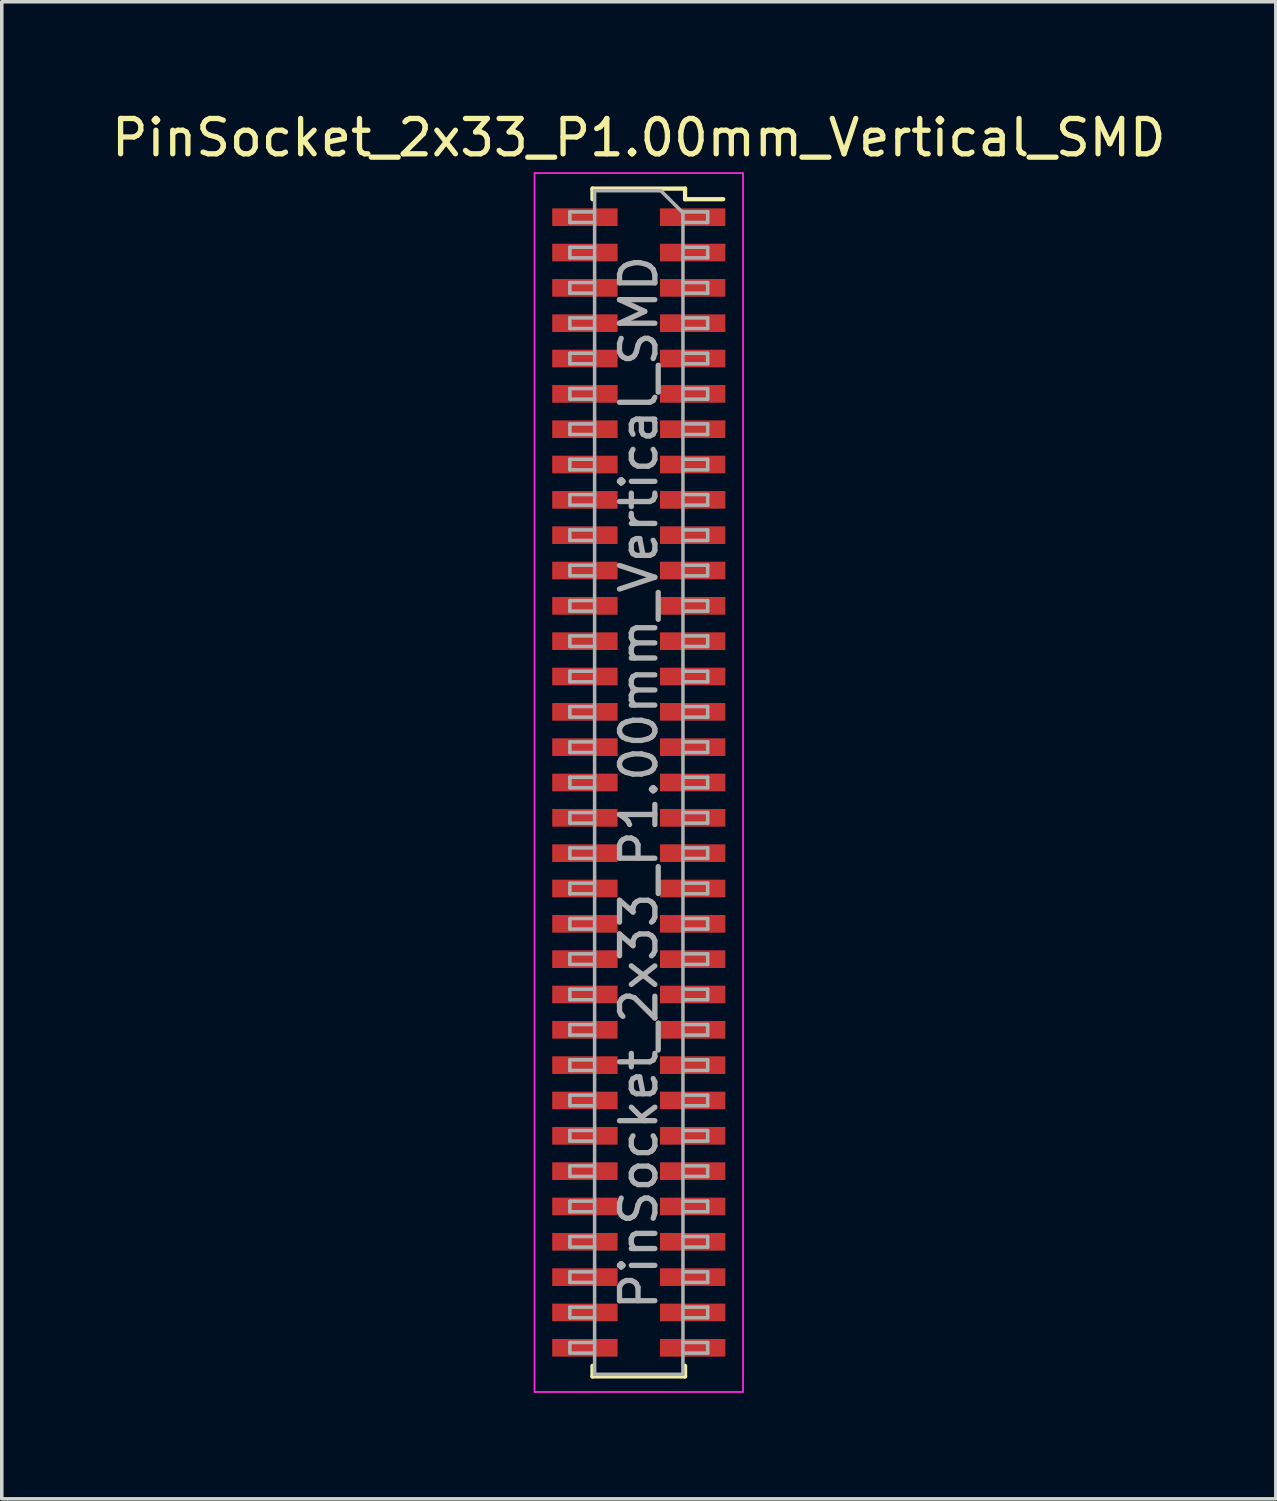
<source format=kicad_pcb>
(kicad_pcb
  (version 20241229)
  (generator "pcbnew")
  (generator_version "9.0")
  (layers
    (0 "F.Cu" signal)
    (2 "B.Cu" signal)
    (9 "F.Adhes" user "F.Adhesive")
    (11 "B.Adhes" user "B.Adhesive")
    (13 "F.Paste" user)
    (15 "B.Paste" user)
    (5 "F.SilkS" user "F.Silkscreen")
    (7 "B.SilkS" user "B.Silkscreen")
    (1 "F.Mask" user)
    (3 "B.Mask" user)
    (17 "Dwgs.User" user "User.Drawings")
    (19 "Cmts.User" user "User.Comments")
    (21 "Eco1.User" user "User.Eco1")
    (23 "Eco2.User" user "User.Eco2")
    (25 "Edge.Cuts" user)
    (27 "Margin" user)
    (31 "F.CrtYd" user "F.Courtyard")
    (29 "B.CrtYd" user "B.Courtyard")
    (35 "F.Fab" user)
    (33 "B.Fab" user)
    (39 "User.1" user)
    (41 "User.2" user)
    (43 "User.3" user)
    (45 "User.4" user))
  (footprint "PinSocket_2x33_P1.00mm_Vertical_SMD"
    (layer "F.Cu")
    (at 15.03 19.098)
    (property "Reference" "PinSocket_2x33_P1.00mm_Vertical_SMD" (at 0 -18.25 0) (layer "F.SilkS") (effects (font (size 1 1) (thickness 0.15))))
    (attr smd)
    (fp_line (start -1.31 -16.81) (end -1.31 -16.51) (stroke (width 0.12) (type solid)) (layer "F.SilkS"))
    (fp_line (start -1.31 -16.81) (end 1.31 -16.81) (stroke (width 0.12) (type solid)) (layer "F.SilkS"))
    (fp_line (start -1.31 16.51) (end -1.31 16.81) (stroke (width 0.12) (type solid)) (layer "F.SilkS"))
    (fp_line (start -1.31 16.81) (end 1.31 16.81) (stroke (width 0.12) (type solid)) (layer "F.SilkS"))
    (fp_line (start 1.31 -16.81) (end 1.31 -16.51) (stroke (width 0.12) (type solid)) (layer "F.SilkS"))
    (fp_line (start 1.31 -16.51) (end 2.39 -16.51) (stroke (width 0.12) (type solid)) (layer "F.SilkS"))
    (fp_line (start 1.31 16.51) (end 1.31 16.81) (stroke (width 0.12) (type solid)) (layer "F.SilkS"))
    (fp_line (start -2.95 -17.25) (end 2.95 -17.25) (stroke (width 0.05) (type solid)) (layer "F.CrtYd"))
    (fp_line (start -2.95 17.25) (end -2.95 -17.25) (stroke (width 0.05) (type solid)) (layer "F.CrtYd"))
    (fp_line (start 2.95 -17.25) (end 2.95 17.25) (stroke (width 0.05) (type solid)) (layer "F.CrtYd"))
    (fp_line (start 2.95 17.25) (end -2.95 17.25) (stroke (width 0.05) (type solid)) (layer "F.CrtYd"))
    (fp_line (start -1.95 -16.15) (end -1.25 -16.15) (stroke (width 0.1) (type solid)) (layer "F.Fab"))
    (fp_line (start -1.95 -15.85) (end -1.95 -16.15) (stroke (width 0.1) (type solid)) (layer "F.Fab"))
    (fp_line (start -1.95 -15.15) (end -1.25 -15.15) (stroke (width 0.1) (type solid)) (layer "F.Fab"))
    (fp_line (start -1.95 -14.85) (end -1.95 -15.15) (stroke (width 0.1) (type solid)) (layer "F.Fab"))
    (fp_line (start -1.95 -14.15) (end -1.25 -14.15) (stroke (width 0.1) (type solid)) (layer "F.Fab"))
    (fp_line (start -1.95 -13.85) (end -1.95 -14.15) (stroke (width 0.1) (type solid)) (layer "F.Fab"))
    (fp_line (start -1.95 -13.15) (end -1.25 -13.15) (stroke (width 0.1) (type solid)) (layer "F.Fab"))
    (fp_line (start -1.95 -12.85) (end -1.95 -13.15) (stroke (width 0.1) (type solid)) (layer "F.Fab"))
    (fp_line (start -1.95 -12.15) (end -1.25 -12.15) (stroke (width 0.1) (type solid)) (layer "F.Fab"))
    (fp_line (start -1.95 -11.85) (end -1.95 -12.15) (stroke (width 0.1) (type solid)) (layer "F.Fab"))
    (fp_line (start -1.95 -11.15) (end -1.25 -11.15) (stroke (width 0.1) (type solid)) (layer "F.Fab"))
    (fp_line (start -1.95 -10.85) (end -1.95 -11.15) (stroke (width 0.1) (type solid)) (layer "F.Fab"))
    (fp_line (start -1.95 -10.15) (end -1.25 -10.15) (stroke (width 0.1) (type solid)) (layer "F.Fab"))
    (fp_line (start -1.95 -9.85) (end -1.95 -10.15) (stroke (width 0.1) (type solid)) (layer "F.Fab"))
    (fp_line (start -1.95 -9.15) (end -1.25 -9.15) (stroke (width 0.1) (type solid)) (layer "F.Fab"))
    (fp_line (start -1.95 -8.85) (end -1.95 -9.15) (stroke (width 0.1) (type solid)) (layer "F.Fab"))
    (fp_line (start -1.95 -8.15) (end -1.25 -8.15) (stroke (width 0.1) (type solid)) (layer "F.Fab"))
    (fp_line (start -1.95 -7.85) (end -1.95 -8.15) (stroke (width 0.1) (type solid)) (layer "F.Fab"))
    (fp_line (start -1.95 -7.15) (end -1.25 -7.15) (stroke (width 0.1) (type solid)) (layer "F.Fab"))
    (fp_line (start -1.95 -6.85) (end -1.95 -7.15) (stroke (width 0.1) (type solid)) (layer "F.Fab"))
    (fp_line (start -1.95 -6.15) (end -1.25 -6.15) (stroke (width 0.1) (type solid)) (layer "F.Fab"))
    (fp_line (start -1.95 -5.85) (end -1.95 -6.15) (stroke (width 0.1) (type solid)) (layer "F.Fab"))
    (fp_line (start -1.95 -5.15) (end -1.25 -5.15) (stroke (width 0.1) (type solid)) (layer "F.Fab"))
    (fp_line (start -1.95 -4.85) (end -1.95 -5.15) (stroke (width 0.1) (type solid)) (layer "F.Fab"))
    (fp_line (start -1.95 -4.15) (end -1.25 -4.15) (stroke (width 0.1) (type solid)) (layer "F.Fab"))
    (fp_line (start -1.95 -3.85) (end -1.95 -4.15) (stroke (width 0.1) (type solid)) (layer "F.Fab"))
    (fp_line (start -1.95 -3.15) (end -1.25 -3.15) (stroke (width 0.1) (type solid)) (layer "F.Fab"))
    (fp_line (start -1.95 -2.85) (end -1.95 -3.15) (stroke (width 0.1) (type solid)) (layer "F.Fab"))
    (fp_line (start -1.95 -2.15) (end -1.25 -2.15) (stroke (width 0.1) (type solid)) (layer "F.Fab"))
    (fp_line (start -1.95 -1.85) (end -1.95 -2.15) (stroke (width 0.1) (type solid)) (layer "F.Fab"))
    (fp_line (start -1.95 -1.15) (end -1.25 -1.15) (stroke (width 0.1) (type solid)) (layer "F.Fab"))
    (fp_line (start -1.95 -0.85) (end -1.95 -1.15) (stroke (width 0.1) (type solid)) (layer "F.Fab"))
    (fp_line (start -1.95 -0.15) (end -1.25 -0.15) (stroke (width 0.1) (type solid)) (layer "F.Fab"))
    (fp_line (start -1.95 0.15) (end -1.95 -0.15) (stroke (width 0.1) (type solid)) (layer "F.Fab"))
    (fp_line (start -1.95 0.85) (end -1.25 0.85) (stroke (width 0.1) (type solid)) (layer "F.Fab"))
    (fp_line (start -1.95 1.15) (end -1.95 0.85) (stroke (width 0.1) (type solid)) (layer "F.Fab"))
    (fp_line (start -1.95 1.85) (end -1.25 1.85) (stroke (width 0.1) (type solid)) (layer "F.Fab"))
    (fp_line (start -1.95 2.15) (end -1.95 1.85) (stroke (width 0.1) (type solid)) (layer "F.Fab"))
    (fp_line (start -1.95 2.85) (end -1.25 2.85) (stroke (width 0.1) (type solid)) (layer "F.Fab"))
    (fp_line (start -1.95 3.15) (end -1.95 2.85) (stroke (width 0.1) (type solid)) (layer "F.Fab"))
    (fp_line (start -1.95 3.85) (end -1.25 3.85) (stroke (width 0.1) (type solid)) (layer "F.Fab"))
    (fp_line (start -1.95 4.15) (end -1.95 3.85) (stroke (width 0.1) (type solid)) (layer "F.Fab"))
    (fp_line (start -1.95 4.85) (end -1.25 4.85) (stroke (width 0.1) (type solid)) (layer "F.Fab"))
    (fp_line (start -1.95 5.15) (end -1.95 4.85) (stroke (width 0.1) (type solid)) (layer "F.Fab"))
    (fp_line (start -1.95 5.85) (end -1.25 5.85) (stroke (width 0.1) (type solid)) (layer "F.Fab"))
    (fp_line (start -1.95 6.15) (end -1.95 5.85) (stroke (width 0.1) (type solid)) (layer "F.Fab"))
    (fp_line (start -1.95 6.85) (end -1.25 6.85) (stroke (width 0.1) (type solid)) (layer "F.Fab"))
    (fp_line (start -1.95 7.15) (end -1.95 6.85) (stroke (width 0.1) (type solid)) (layer "F.Fab"))
    (fp_line (start -1.95 7.85) (end -1.25 7.85) (stroke (width 0.1) (type solid)) (layer "F.Fab"))
    (fp_line (start -1.95 8.15) (end -1.95 7.85) (stroke (width 0.1) (type solid)) (layer "F.Fab"))
    (fp_line (start -1.95 8.85) (end -1.25 8.85) (stroke (width 0.1) (type solid)) (layer "F.Fab"))
    (fp_line (start -1.95 9.15) (end -1.95 8.85) (stroke (width 0.1) (type solid)) (layer "F.Fab"))
    (fp_line (start -1.95 9.85) (end -1.25 9.85) (stroke (width 0.1) (type solid)) (layer "F.Fab"))
    (fp_line (start -1.95 10.15) (end -1.95 9.85) (stroke (width 0.1) (type solid)) (layer "F.Fab"))
    (fp_line (start -1.95 10.85) (end -1.25 10.85) (stroke (width 0.1) (type solid)) (layer "F.Fab"))
    (fp_line (start -1.95 11.15) (end -1.95 10.85) (stroke (width 0.1) (type solid)) (layer "F.Fab"))
    (fp_line (start -1.95 11.85) (end -1.25 11.85) (stroke (width 0.1) (type solid)) (layer "F.Fab"))
    (fp_line (start -1.95 12.15) (end -1.95 11.85) (stroke (width 0.1) (type solid)) (layer "F.Fab"))
    (fp_line (start -1.95 12.85) (end -1.25 12.85) (stroke (width 0.1) (type solid)) (layer "F.Fab"))
    (fp_line (start -1.95 13.15) (end -1.95 12.85) (stroke (width 0.1) (type solid)) (layer "F.Fab"))
    (fp_line (start -1.95 13.85) (end -1.25 13.85) (stroke (width 0.1) (type solid)) (layer "F.Fab"))
    (fp_line (start -1.95 14.15) (end -1.95 13.85) (stroke (width 0.1) (type solid)) (layer "F.Fab"))
    (fp_line (start -1.95 14.85) (end -1.25 14.85) (stroke (width 0.1) (type solid)) (layer "F.Fab"))
    (fp_line (start -1.95 15.15) (end -1.95 14.85) (stroke (width 0.1) (type solid)) (layer "F.Fab"))
    (fp_line (start -1.95 15.85) (end -1.25 15.85) (stroke (width 0.1) (type solid)) (layer "F.Fab"))
    (fp_line (start -1.95 16.15) (end -1.95 15.85) (stroke (width 0.1) (type solid)) (layer "F.Fab"))
    (fp_line (start -1.25 -16.75) (end 0.625 -16.75) (stroke (width 0.1) (type solid)) (layer "F.Fab"))
    (fp_line (start -1.25 -15.85) (end -1.95 -15.85) (stroke (width 0.1) (type solid)) (layer "F.Fab"))
    (fp_line (start -1.25 -14.85) (end -1.95 -14.85) (stroke (width 0.1) (type solid)) (layer "F.Fab"))
    (fp_line (start -1.25 -13.85) (end -1.95 -13.85) (stroke (width 0.1) (type solid)) (layer "F.Fab"))
    (fp_line (start -1.25 -12.85) (end -1.95 -12.85) (stroke (width 0.1) (type solid)) (layer "F.Fab"))
    (fp_line (start -1.25 -11.85) (end -1.95 -11.85) (stroke (width 0.1) (type solid)) (layer "F.Fab"))
    (fp_line (start -1.25 -10.85) (end -1.95 -10.85) (stroke (width 0.1) (type solid)) (layer "F.Fab"))
    (fp_line (start -1.25 -9.85) (end -1.95 -9.85) (stroke (width 0.1) (type solid)) (layer "F.Fab"))
    (fp_line (start -1.25 -8.85) (end -1.95 -8.85) (stroke (width 0.1) (type solid)) (layer "F.Fab"))
    (fp_line (start -1.25 -7.85) (end -1.95 -7.85) (stroke (width 0.1) (type solid)) (layer "F.Fab"))
    (fp_line (start -1.25 -6.85) (end -1.95 -6.85) (stroke (width 0.1) (type solid)) (layer "F.Fab"))
    (fp_line (start -1.25 -5.85) (end -1.95 -5.85) (stroke (width 0.1) (type solid)) (layer "F.Fab"))
    (fp_line (start -1.25 -4.85) (end -1.95 -4.85) (stroke (width 0.1) (type solid)) (layer "F.Fab"))
    (fp_line (start -1.25 -3.85) (end -1.95 -3.85) (stroke (width 0.1) (type solid)) (layer "F.Fab"))
    (fp_line (start -1.25 -2.85) (end -1.95 -2.85) (stroke (width 0.1) (type solid)) (layer "F.Fab"))
    (fp_line (start -1.25 -1.85) (end -1.95 -1.85) (stroke (width 0.1) (type solid)) (layer "F.Fab"))
    (fp_line (start -1.25 -0.85) (end -1.95 -0.85) (stroke (width 0.1) (type solid)) (layer "F.Fab"))
    (fp_line (start -1.25 0.15) (end -1.95 0.15) (stroke (width 0.1) (type solid)) (layer "F.Fab"))
    (fp_line (start -1.25 1.15) (end -1.95 1.15) (stroke (width 0.1) (type solid)) (layer "F.Fab"))
    (fp_line (start -1.25 2.15) (end -1.95 2.15) (stroke (width 0.1) (type solid)) (layer "F.Fab"))
    (fp_line (start -1.25 3.15) (end -1.95 3.15) (stroke (width 0.1) (type solid)) (layer "F.Fab"))
    (fp_line (start -1.25 4.15) (end -1.95 4.15) (stroke (width 0.1) (type solid)) (layer "F.Fab"))
    (fp_line (start -1.25 5.15) (end -1.95 5.15) (stroke (width 0.1) (type solid)) (layer "F.Fab"))
    (fp_line (start -1.25 6.15) (end -1.95 6.15) (stroke (width 0.1) (type solid)) (layer "F.Fab"))
    (fp_line (start -1.25 7.15) (end -1.95 7.15) (stroke (width 0.1) (type solid)) (layer "F.Fab"))
    (fp_line (start -1.25 8.15) (end -1.95 8.15) (stroke (width 0.1) (type solid)) (layer "F.Fab"))
    (fp_line (start -1.25 9.15) (end -1.95 9.15) (stroke (width 0.1) (type solid)) (layer "F.Fab"))
    (fp_line (start -1.25 10.15) (end -1.95 10.15) (stroke (width 0.1) (type solid)) (layer "F.Fab"))
    (fp_line (start -1.25 11.15) (end -1.95 11.15) (stroke (width 0.1) (type solid)) (layer "F.Fab"))
    (fp_line (start -1.25 12.15) (end -1.95 12.15) (stroke (width 0.1) (type solid)) (layer "F.Fab"))
    (fp_line (start -1.25 13.15) (end -1.95 13.15) (stroke (width 0.1) (type solid)) (layer "F.Fab"))
    (fp_line (start -1.25 14.15) (end -1.95 14.15) (stroke (width 0.1) (type solid)) (layer "F.Fab"))
    (fp_line (start -1.25 15.15) (end -1.95 15.15) (stroke (width 0.1) (type solid)) (layer "F.Fab"))
    (fp_line (start -1.25 16.15) (end -1.95 16.15) (stroke (width 0.1) (type solid)) (layer "F.Fab"))
    (fp_line (start -1.25 16.75) (end -1.25 -16.75) (stroke (width 0.1) (type solid)) (layer "F.Fab"))
    (fp_line (start 0.625 -16.75) (end 1.25 -16.125) (stroke (width 0.1) (type solid)) (layer "F.Fab"))
    (fp_line (start 1.25 -16.15) (end 1.95 -16.15) (stroke (width 0.1) (type solid)) (layer "F.Fab"))
    (fp_line (start 1.25 -16.125) (end 1.25 16.75) (stroke (width 0.1) (type solid)) (layer "F.Fab"))
    (fp_line (start 1.25 -15.15) (end 1.95 -15.15) (stroke (width 0.1) (type solid)) (layer "F.Fab"))
    (fp_line (start 1.25 -14.15) (end 1.95 -14.15) (stroke (width 0.1) (type solid)) (layer "F.Fab"))
    (fp_line (start 1.25 -13.15) (end 1.95 -13.15) (stroke (width 0.1) (type solid)) (layer "F.Fab"))
    (fp_line (start 1.25 -12.15) (end 1.95 -12.15) (stroke (width 0.1) (type solid)) (layer "F.Fab"))
    (fp_line (start 1.25 -11.15) (end 1.95 -11.15) (stroke (width 0.1) (type solid)) (layer "F.Fab"))
    (fp_line (start 1.25 -10.15) (end 1.95 -10.15) (stroke (width 0.1) (type solid)) (layer "F.Fab"))
    (fp_line (start 1.25 -9.15) (end 1.95 -9.15) (stroke (width 0.1) (type solid)) (layer "F.Fab"))
    (fp_line (start 1.25 -8.15) (end 1.95 -8.15) (stroke (width 0.1) (type solid)) (layer "F.Fab"))
    (fp_line (start 1.25 -7.15) (end 1.95 -7.15) (stroke (width 0.1) (type solid)) (layer "F.Fab"))
    (fp_line (start 1.25 -6.15) (end 1.95 -6.15) (stroke (width 0.1) (type solid)) (layer "F.Fab"))
    (fp_line (start 1.25 -5.15) (end 1.95 -5.15) (stroke (width 0.1) (type solid)) (layer "F.Fab"))
    (fp_line (start 1.25 -4.15) (end 1.95 -4.15) (stroke (width 0.1) (type solid)) (layer "F.Fab"))
    (fp_line (start 1.25 -3.15) (end 1.95 -3.15) (stroke (width 0.1) (type solid)) (layer "F.Fab"))
    (fp_line (start 1.25 -2.15) (end 1.95 -2.15) (stroke (width 0.1) (type solid)) (layer "F.Fab"))
    (fp_line (start 1.25 -1.15) (end 1.95 -1.15) (stroke (width 0.1) (type solid)) (layer "F.Fab"))
    (fp_line (start 1.25 -0.15) (end 1.95 -0.15) (stroke (width 0.1) (type solid)) (layer "F.Fab"))
    (fp_line (start 1.25 0.85) (end 1.95 0.85) (stroke (width 0.1) (type solid)) (layer "F.Fab"))
    (fp_line (start 1.25 1.85) (end 1.95 1.85) (stroke (width 0.1) (type solid)) (layer "F.Fab"))
    (fp_line (start 1.25 2.85) (end 1.95 2.85) (stroke (width 0.1) (type solid)) (layer "F.Fab"))
    (fp_line (start 1.25 3.85) (end 1.95 3.85) (stroke (width 0.1) (type solid)) (layer "F.Fab"))
    (fp_line (start 1.25 4.85) (end 1.95 4.85) (stroke (width 0.1) (type solid)) (layer "F.Fab"))
    (fp_line (start 1.25 5.85) (end 1.95 5.85) (stroke (width 0.1) (type solid)) (layer "F.Fab"))
    (fp_line (start 1.25 6.85) (end 1.95 6.85) (stroke (width 0.1) (type solid)) (layer "F.Fab"))
    (fp_line (start 1.25 7.85) (end 1.95 7.85) (stroke (width 0.1) (type solid)) (layer "F.Fab"))
    (fp_line (start 1.25 8.85) (end 1.95 8.85) (stroke (width 0.1) (type solid)) (layer "F.Fab"))
    (fp_line (start 1.25 9.85) (end 1.95 9.85) (stroke (width 0.1) (type solid)) (layer "F.Fab"))
    (fp_line (start 1.25 10.85) (end 1.95 10.85) (stroke (width 0.1) (type solid)) (layer "F.Fab"))
    (fp_line (start 1.25 11.85) (end 1.95 11.85) (stroke (width 0.1) (type solid)) (layer "F.Fab"))
    (fp_line (start 1.25 12.85) (end 1.95 12.85) (stroke (width 0.1) (type solid)) (layer "F.Fab"))
    (fp_line (start 1.25 13.85) (end 1.95 13.85) (stroke (width 0.1) (type solid)) (layer "F.Fab"))
    (fp_line (start 1.25 14.85) (end 1.95 14.85) (stroke (width 0.1) (type solid)) (layer "F.Fab"))
    (fp_line (start 1.25 15.85) (end 1.95 15.85) (stroke (width 0.1) (type solid)) (layer "F.Fab"))
    (fp_line (start 1.25 16.75) (end -1.25 16.75) (stroke (width 0.1) (type solid)) (layer "F.Fab"))
    (fp_line (start 1.95 -16.15) (end 1.95 -15.85) (stroke (width 0.1) (type solid)) (layer "F.Fab"))
    (fp_line (start 1.95 -15.85) (end 1.25 -15.85) (stroke (width 0.1) (type solid)) (layer "F.Fab"))
    (fp_line (start 1.95 -15.15) (end 1.95 -14.85) (stroke (width 0.1) (type solid)) (layer "F.Fab"))
    (fp_line (start 1.95 -14.85) (end 1.25 -14.85) (stroke (width 0.1) (type solid)) (layer "F.Fab"))
    (fp_line (start 1.95 -14.15) (end 1.95 -13.85) (stroke (width 0.1) (type solid)) (layer "F.Fab"))
    (fp_line (start 1.95 -13.85) (end 1.25 -13.85) (stroke (width 0.1) (type solid)) (layer "F.Fab"))
    (fp_line (start 1.95 -13.15) (end 1.95 -12.85) (stroke (width 0.1) (type solid)) (layer "F.Fab"))
    (fp_line (start 1.95 -12.85) (end 1.25 -12.85) (stroke (width 0.1) (type solid)) (layer "F.Fab"))
    (fp_line (start 1.95 -12.15) (end 1.95 -11.85) (stroke (width 0.1) (type solid)) (layer "F.Fab"))
    (fp_line (start 1.95 -11.85) (end 1.25 -11.85) (stroke (width 0.1) (type solid)) (layer "F.Fab"))
    (fp_line (start 1.95 -11.15) (end 1.95 -10.85) (stroke (width 0.1) (type solid)) (layer "F.Fab"))
    (fp_line (start 1.95 -10.85) (end 1.25 -10.85) (stroke (width 0.1) (type solid)) (layer "F.Fab"))
    (fp_line (start 1.95 -10.15) (end 1.95 -9.85) (stroke (width 0.1) (type solid)) (layer "F.Fab"))
    (fp_line (start 1.95 -9.85) (end 1.25 -9.85) (stroke (width 0.1) (type solid)) (layer "F.Fab"))
    (fp_line (start 1.95 -9.15) (end 1.95 -8.85) (stroke (width 0.1) (type solid)) (layer "F.Fab"))
    (fp_line (start 1.95 -8.85) (end 1.25 -8.85) (stroke (width 0.1) (type solid)) (layer "F.Fab"))
    (fp_line (start 1.95 -8.15) (end 1.95 -7.85) (stroke (width 0.1) (type solid)) (layer "F.Fab"))
    (fp_line (start 1.95 -7.85) (end 1.25 -7.85) (stroke (width 0.1) (type solid)) (layer "F.Fab"))
    (fp_line (start 1.95 -7.15) (end 1.95 -6.85) (stroke (width 0.1) (type solid)) (layer "F.Fab"))
    (fp_line (start 1.95 -6.85) (end 1.25 -6.85) (stroke (width 0.1) (type solid)) (layer "F.Fab"))
    (fp_line (start 1.95 -6.15) (end 1.95 -5.85) (stroke (width 0.1) (type solid)) (layer "F.Fab"))
    (fp_line (start 1.95 -5.85) (end 1.25 -5.85) (stroke (width 0.1) (type solid)) (layer "F.Fab"))
    (fp_line (start 1.95 -5.15) (end 1.95 -4.85) (stroke (width 0.1) (type solid)) (layer "F.Fab"))
    (fp_line (start 1.95 -4.85) (end 1.25 -4.85) (stroke (width 0.1) (type solid)) (layer "F.Fab"))
    (fp_line (start 1.95 -4.15) (end 1.95 -3.85) (stroke (width 0.1) (type solid)) (layer "F.Fab"))
    (fp_line (start 1.95 -3.85) (end 1.25 -3.85) (stroke (width 0.1) (type solid)) (layer "F.Fab"))
    (fp_line (start 1.95 -3.15) (end 1.95 -2.85) (stroke (width 0.1) (type solid)) (layer "F.Fab"))
    (fp_line (start 1.95 -2.85) (end 1.25 -2.85) (stroke (width 0.1) (type solid)) (layer "F.Fab"))
    (fp_line (start 1.95 -2.15) (end 1.95 -1.85) (stroke (width 0.1) (type solid)) (layer "F.Fab"))
    (fp_line (start 1.95 -1.85) (end 1.25 -1.85) (stroke (width 0.1) (type solid)) (layer "F.Fab"))
    (fp_line (start 1.95 -1.15) (end 1.95 -0.85) (stroke (width 0.1) (type solid)) (layer "F.Fab"))
    (fp_line (start 1.95 -0.85) (end 1.25 -0.85) (stroke (width 0.1) (type solid)) (layer "F.Fab"))
    (fp_line (start 1.95 -0.15) (end 1.95 0.15) (stroke (width 0.1) (type solid)) (layer "F.Fab"))
    (fp_line (start 1.95 0.15) (end 1.25 0.15) (stroke (width 0.1) (type solid)) (layer "F.Fab"))
    (fp_line (start 1.95 0.85) (end 1.95 1.15) (stroke (width 0.1) (type solid)) (layer "F.Fab"))
    (fp_line (start 1.95 1.15) (end 1.25 1.15) (stroke (width 0.1) (type solid)) (layer "F.Fab"))
    (fp_line (start 1.95 1.85) (end 1.95 2.15) (stroke (width 0.1) (type solid)) (layer "F.Fab"))
    (fp_line (start 1.95 2.15) (end 1.25 2.15) (stroke (width 0.1) (type solid)) (layer "F.Fab"))
    (fp_line (start 1.95 2.85) (end 1.95 3.15) (stroke (width 0.1) (type solid)) (layer "F.Fab"))
    (fp_line (start 1.95 3.15) (end 1.25 3.15) (stroke (width 0.1) (type solid)) (layer "F.Fab"))
    (fp_line (start 1.95 3.85) (end 1.95 4.15) (stroke (width 0.1) (type solid)) (layer "F.Fab"))
    (fp_line (start 1.95 4.15) (end 1.25 4.15) (stroke (width 0.1) (type solid)) (layer "F.Fab"))
    (fp_line (start 1.95 4.85) (end 1.95 5.15) (stroke (width 0.1) (type solid)) (layer "F.Fab"))
    (fp_line (start 1.95 5.15) (end 1.25 5.15) (stroke (width 0.1) (type solid)) (layer "F.Fab"))
    (fp_line (start 1.95 5.85) (end 1.95 6.15) (stroke (width 0.1) (type solid)) (layer "F.Fab"))
    (fp_line (start 1.95 6.15) (end 1.25 6.15) (stroke (width 0.1) (type solid)) (layer "F.Fab"))
    (fp_line (start 1.95 6.85) (end 1.95 7.15) (stroke (width 0.1) (type solid)) (layer "F.Fab"))
    (fp_line (start 1.95 7.15) (end 1.25 7.15) (stroke (width 0.1) (type solid)) (layer "F.Fab"))
    (fp_line (start 1.95 7.85) (end 1.95 8.15) (stroke (width 0.1) (type solid)) (layer "F.Fab"))
    (fp_line (start 1.95 8.15) (end 1.25 8.15) (stroke (width 0.1) (type solid)) (layer "F.Fab"))
    (fp_line (start 1.95 8.85) (end 1.95 9.15) (stroke (width 0.1) (type solid)) (layer "F.Fab"))
    (fp_line (start 1.95 9.15) (end 1.25 9.15) (stroke (width 0.1) (type solid)) (layer "F.Fab"))
    (fp_line (start 1.95 9.85) (end 1.95 10.15) (stroke (width 0.1) (type solid)) (layer "F.Fab"))
    (fp_line (start 1.95 10.15) (end 1.25 10.15) (stroke (width 0.1) (type solid)) (layer "F.Fab"))
    (fp_line (start 1.95 10.85) (end 1.95 11.15) (stroke (width 0.1) (type solid)) (layer "F.Fab"))
    (fp_line (start 1.95 11.15) (end 1.25 11.15) (stroke (width 0.1) (type solid)) (layer "F.Fab"))
    (fp_line (start 1.95 11.85) (end 1.95 12.15) (stroke (width 0.1) (type solid)) (layer "F.Fab"))
    (fp_line (start 1.95 12.15) (end 1.25 12.15) (stroke (width 0.1) (type solid)) (layer "F.Fab"))
    (fp_line (start 1.95 12.85) (end 1.95 13.15) (stroke (width 0.1) (type solid)) (layer "F.Fab"))
    (fp_line (start 1.95 13.15) (end 1.25 13.15) (stroke (width 0.1) (type solid)) (layer "F.Fab"))
    (fp_line (start 1.95 13.85) (end 1.95 14.15) (stroke (width 0.1) (type solid)) (layer "F.Fab"))
    (fp_line (start 1.95 14.15) (end 1.25 14.15) (stroke (width 0.1) (type solid)) (layer "F.Fab"))
    (fp_line (start 1.95 14.85) (end 1.95 15.15) (stroke (width 0.1) (type solid)) (layer "F.Fab"))
    (fp_line (start 1.95 15.15) (end 1.25 15.15) (stroke (width 0.1) (type solid)) (layer "F.Fab"))
    (fp_line (start 1.95 15.85) (end 1.95 16.15) (stroke (width 0.1) (type solid)) (layer "F.Fab"))
    (fp_line (start 1.95 16.15) (end 1.25 16.15) (stroke (width 0.1) (type solid)) (layer "F.Fab"))
    (fp_text user "${REFERENCE}" (at 0 0 90) (layer "F.Fab") (effects (font (size 1 1) (thickness 0.15))))
    (pad "1" smd rect (at 1.525 -16) (size 1.85 0.5) (layers "F.Cu" "F.Mask" "F.Paste"))
    (pad "2" smd rect (at -1.525 -16) (size 1.85 0.5) (layers "F.Cu" "F.Mask" "F.Paste"))
    (pad "3" smd rect (at 1.525 -15) (size 1.85 0.5) (layers "F.Cu" "F.Mask" "F.Paste"))
    (pad "4" smd rect (at -1.525 -15) (size 1.85 0.5) (layers "F.Cu" "F.Mask" "F.Paste"))
    (pad "5" smd rect (at 1.525 -14) (size 1.85 0.5) (layers "F.Cu" "F.Mask" "F.Paste"))
    (pad "6" smd rect (at -1.525 -14) (size 1.85 0.5) (layers "F.Cu" "F.Mask" "F.Paste"))
    (pad "7" smd rect (at 1.525 -13) (size 1.85 0.5) (layers "F.Cu" "F.Mask" "F.Paste"))
    (pad "8" smd rect (at -1.525 -13) (size 1.85 0.5) (layers "F.Cu" "F.Mask" "F.Paste"))
    (pad "9" smd rect (at 1.525 -12) (size 1.85 0.5) (layers "F.Cu" "F.Mask" "F.Paste"))
    (pad "10" smd rect (at -1.525 -12) (size 1.85 0.5) (layers "F.Cu" "F.Mask" "F.Paste"))
    (pad "11" smd rect (at 1.525 -11) (size 1.85 0.5) (layers "F.Cu" "F.Mask" "F.Paste"))
    (pad "12" smd rect (at -1.525 -11) (size 1.85 0.5) (layers "F.Cu" "F.Mask" "F.Paste"))
    (pad "13" smd rect (at 1.525 -10) (size 1.85 0.5) (layers "F.Cu" "F.Mask" "F.Paste"))
    (pad "14" smd rect (at -1.525 -10) (size 1.85 0.5) (layers "F.Cu" "F.Mask" "F.Paste"))
    (pad "15" smd rect (at 1.525 -9) (size 1.85 0.5) (layers "F.Cu" "F.Mask" "F.Paste"))
    (pad "16" smd rect (at -1.525 -9) (size 1.85 0.5) (layers "F.Cu" "F.Mask" "F.Paste"))
    (pad "17" smd rect (at 1.525 -8) (size 1.85 0.5) (layers "F.Cu" "F.Mask" "F.Paste"))
    (pad "18" smd rect (at -1.525 -8) (size 1.85 0.5) (layers "F.Cu" "F.Mask" "F.Paste"))
    (pad "19" smd rect (at 1.525 -7) (size 1.85 0.5) (layers "F.Cu" "F.Mask" "F.Paste"))
    (pad "20" smd rect (at -1.525 -7) (size 1.85 0.5) (layers "F.Cu" "F.Mask" "F.Paste"))
    (pad "21" smd rect (at 1.525 -6) (size 1.85 0.5) (layers "F.Cu" "F.Mask" "F.Paste"))
    (pad "22" smd rect (at -1.525 -6) (size 1.85 0.5) (layers "F.Cu" "F.Mask" "F.Paste"))
    (pad "23" smd rect (at 1.525 -5) (size 1.85 0.5) (layers "F.Cu" "F.Mask" "F.Paste"))
    (pad "24" smd rect (at -1.525 -5) (size 1.85 0.5) (layers "F.Cu" "F.Mask" "F.Paste"))
    (pad "25" smd rect (at 1.525 -4) (size 1.85 0.5) (layers "F.Cu" "F.Mask" "F.Paste"))
    (pad "26" smd rect (at -1.525 -4) (size 1.85 0.5) (layers "F.Cu" "F.Mask" "F.Paste"))
    (pad "27" smd rect (at 1.525 -3) (size 1.85 0.5) (layers "F.Cu" "F.Mask" "F.Paste"))
    (pad "28" smd rect (at -1.525 -3) (size 1.85 0.5) (layers "F.Cu" "F.Mask" "F.Paste"))
    (pad "29" smd rect (at 1.525 -2) (size 1.85 0.5) (layers "F.Cu" "F.Mask" "F.Paste"))
    (pad "30" smd rect (at -1.525 -2) (size 1.85 0.5) (layers "F.Cu" "F.Mask" "F.Paste"))
    (pad "31" smd rect (at 1.525 -1) (size 1.85 0.5) (layers "F.Cu" "F.Mask" "F.Paste"))
    (pad "32" smd rect (at -1.525 -1) (size 1.85 0.5) (layers "F.Cu" "F.Mask" "F.Paste"))
    (pad "33" smd rect (at 1.525 0) (size 1.85 0.5) (layers "F.Cu" "F.Mask" "F.Paste"))
    (pad "34" smd rect (at -1.525 0) (size 1.85 0.5) (layers "F.Cu" "F.Mask" "F.Paste"))
    (pad "35" smd rect (at 1.525 1) (size 1.85 0.5) (layers "F.Cu" "F.Mask" "F.Paste"))
    (pad "36" smd rect (at -1.525 1) (size 1.85 0.5) (layers "F.Cu" "F.Mask" "F.Paste"))
    (pad "37" smd rect (at 1.525 2) (size 1.85 0.5) (layers "F.Cu" "F.Mask" "F.Paste"))
    (pad "38" smd rect (at -1.525 2) (size 1.85 0.5) (layers "F.Cu" "F.Mask" "F.Paste"))
    (pad "39" smd rect (at 1.525 3) (size 1.85 0.5) (layers "F.Cu" "F.Mask" "F.Paste"))
    (pad "40" smd rect (at -1.525 3) (size 1.85 0.5) (layers "F.Cu" "F.Mask" "F.Paste"))
    (pad "41" smd rect (at 1.525 4) (size 1.85 0.5) (layers "F.Cu" "F.Mask" "F.Paste"))
    (pad "42" smd rect (at -1.525 4) (size 1.85 0.5) (layers "F.Cu" "F.Mask" "F.Paste"))
    (pad "43" smd rect (at 1.525 5) (size 1.85 0.5) (layers "F.Cu" "F.Mask" "F.Paste"))
    (pad "44" smd rect (at -1.525 5) (size 1.85 0.5) (layers "F.Cu" "F.Mask" "F.Paste"))
    (pad "45" smd rect (at 1.525 6) (size 1.85 0.5) (layers "F.Cu" "F.Mask" "F.Paste"))
    (pad "46" smd rect (at -1.525 6) (size 1.85 0.5) (layers "F.Cu" "F.Mask" "F.Paste"))
    (pad "47" smd rect (at 1.525 7) (size 1.85 0.5) (layers "F.Cu" "F.Mask" "F.Paste"))
    (pad "48" smd rect (at -1.525 7) (size 1.85 0.5) (layers "F.Cu" "F.Mask" "F.Paste"))
    (pad "49" smd rect (at 1.525 8) (size 1.85 0.5) (layers "F.Cu" "F.Mask" "F.Paste"))
    (pad "50" smd rect (at -1.525 8) (size 1.85 0.5) (layers "F.Cu" "F.Mask" "F.Paste"))
    (pad "51" smd rect (at 1.525 9) (size 1.85 0.5) (layers "F.Cu" "F.Mask" "F.Paste"))
    (pad "52" smd rect (at -1.525 9) (size 1.85 0.5) (layers "F.Cu" "F.Mask" "F.Paste"))
    (pad "53" smd rect (at 1.525 10) (size 1.85 0.5) (layers "F.Cu" "F.Mask" "F.Paste"))
    (pad "54" smd rect (at -1.525 10) (size 1.85 0.5) (layers "F.Cu" "F.Mask" "F.Paste"))
    (pad "55" smd rect (at 1.525 11) (size 1.85 0.5) (layers "F.Cu" "F.Mask" "F.Paste"))
    (pad "56" smd rect (at -1.525 11) (size 1.85 0.5) (layers "F.Cu" "F.Mask" "F.Paste"))
    (pad "57" smd rect (at 1.525 12) (size 1.85 0.5) (layers "F.Cu" "F.Mask" "F.Paste"))
    (pad "58" smd rect (at -1.525 12) (size 1.85 0.5) (layers "F.Cu" "F.Mask" "F.Paste"))
    (pad "59" smd rect (at 1.525 13) (size 1.85 0.5) (layers "F.Cu" "F.Mask" "F.Paste"))
    (pad "60" smd rect (at -1.525 13) (size 1.85 0.5) (layers "F.Cu" "F.Mask" "F.Paste"))
    (pad "61" smd rect (at 1.525 14) (size 1.85 0.5) (layers "F.Cu" "F.Mask" "F.Paste"))
    (pad "62" smd rect (at -1.525 14) (size 1.85 0.5) (layers "F.Cu" "F.Mask" "F.Paste"))
    (pad "63" smd rect (at 1.525 15) (size 1.85 0.5) (layers "F.Cu" "F.Mask" "F.Paste"))
    (pad "64" smd rect (at -1.525 15) (size 1.85 0.5) (layers "F.Cu" "F.Mask" "F.Paste"))
    (pad "65" smd rect (at 1.525 16) (size 1.85 0.5) (layers "F.Cu" "F.Mask" "F.Paste"))
    (pad "66" smd rect (at -1.525 16) (size 1.85 0.5) (layers "F.Cu" "F.Mask" "F.Paste")))
  (gr_rect
    (start -3 -3)
    (end 33.06 39.373)
    (stroke (width 0.1) (type default))
    (fill no)
    (layer "Edge.Cuts")))
</source>
